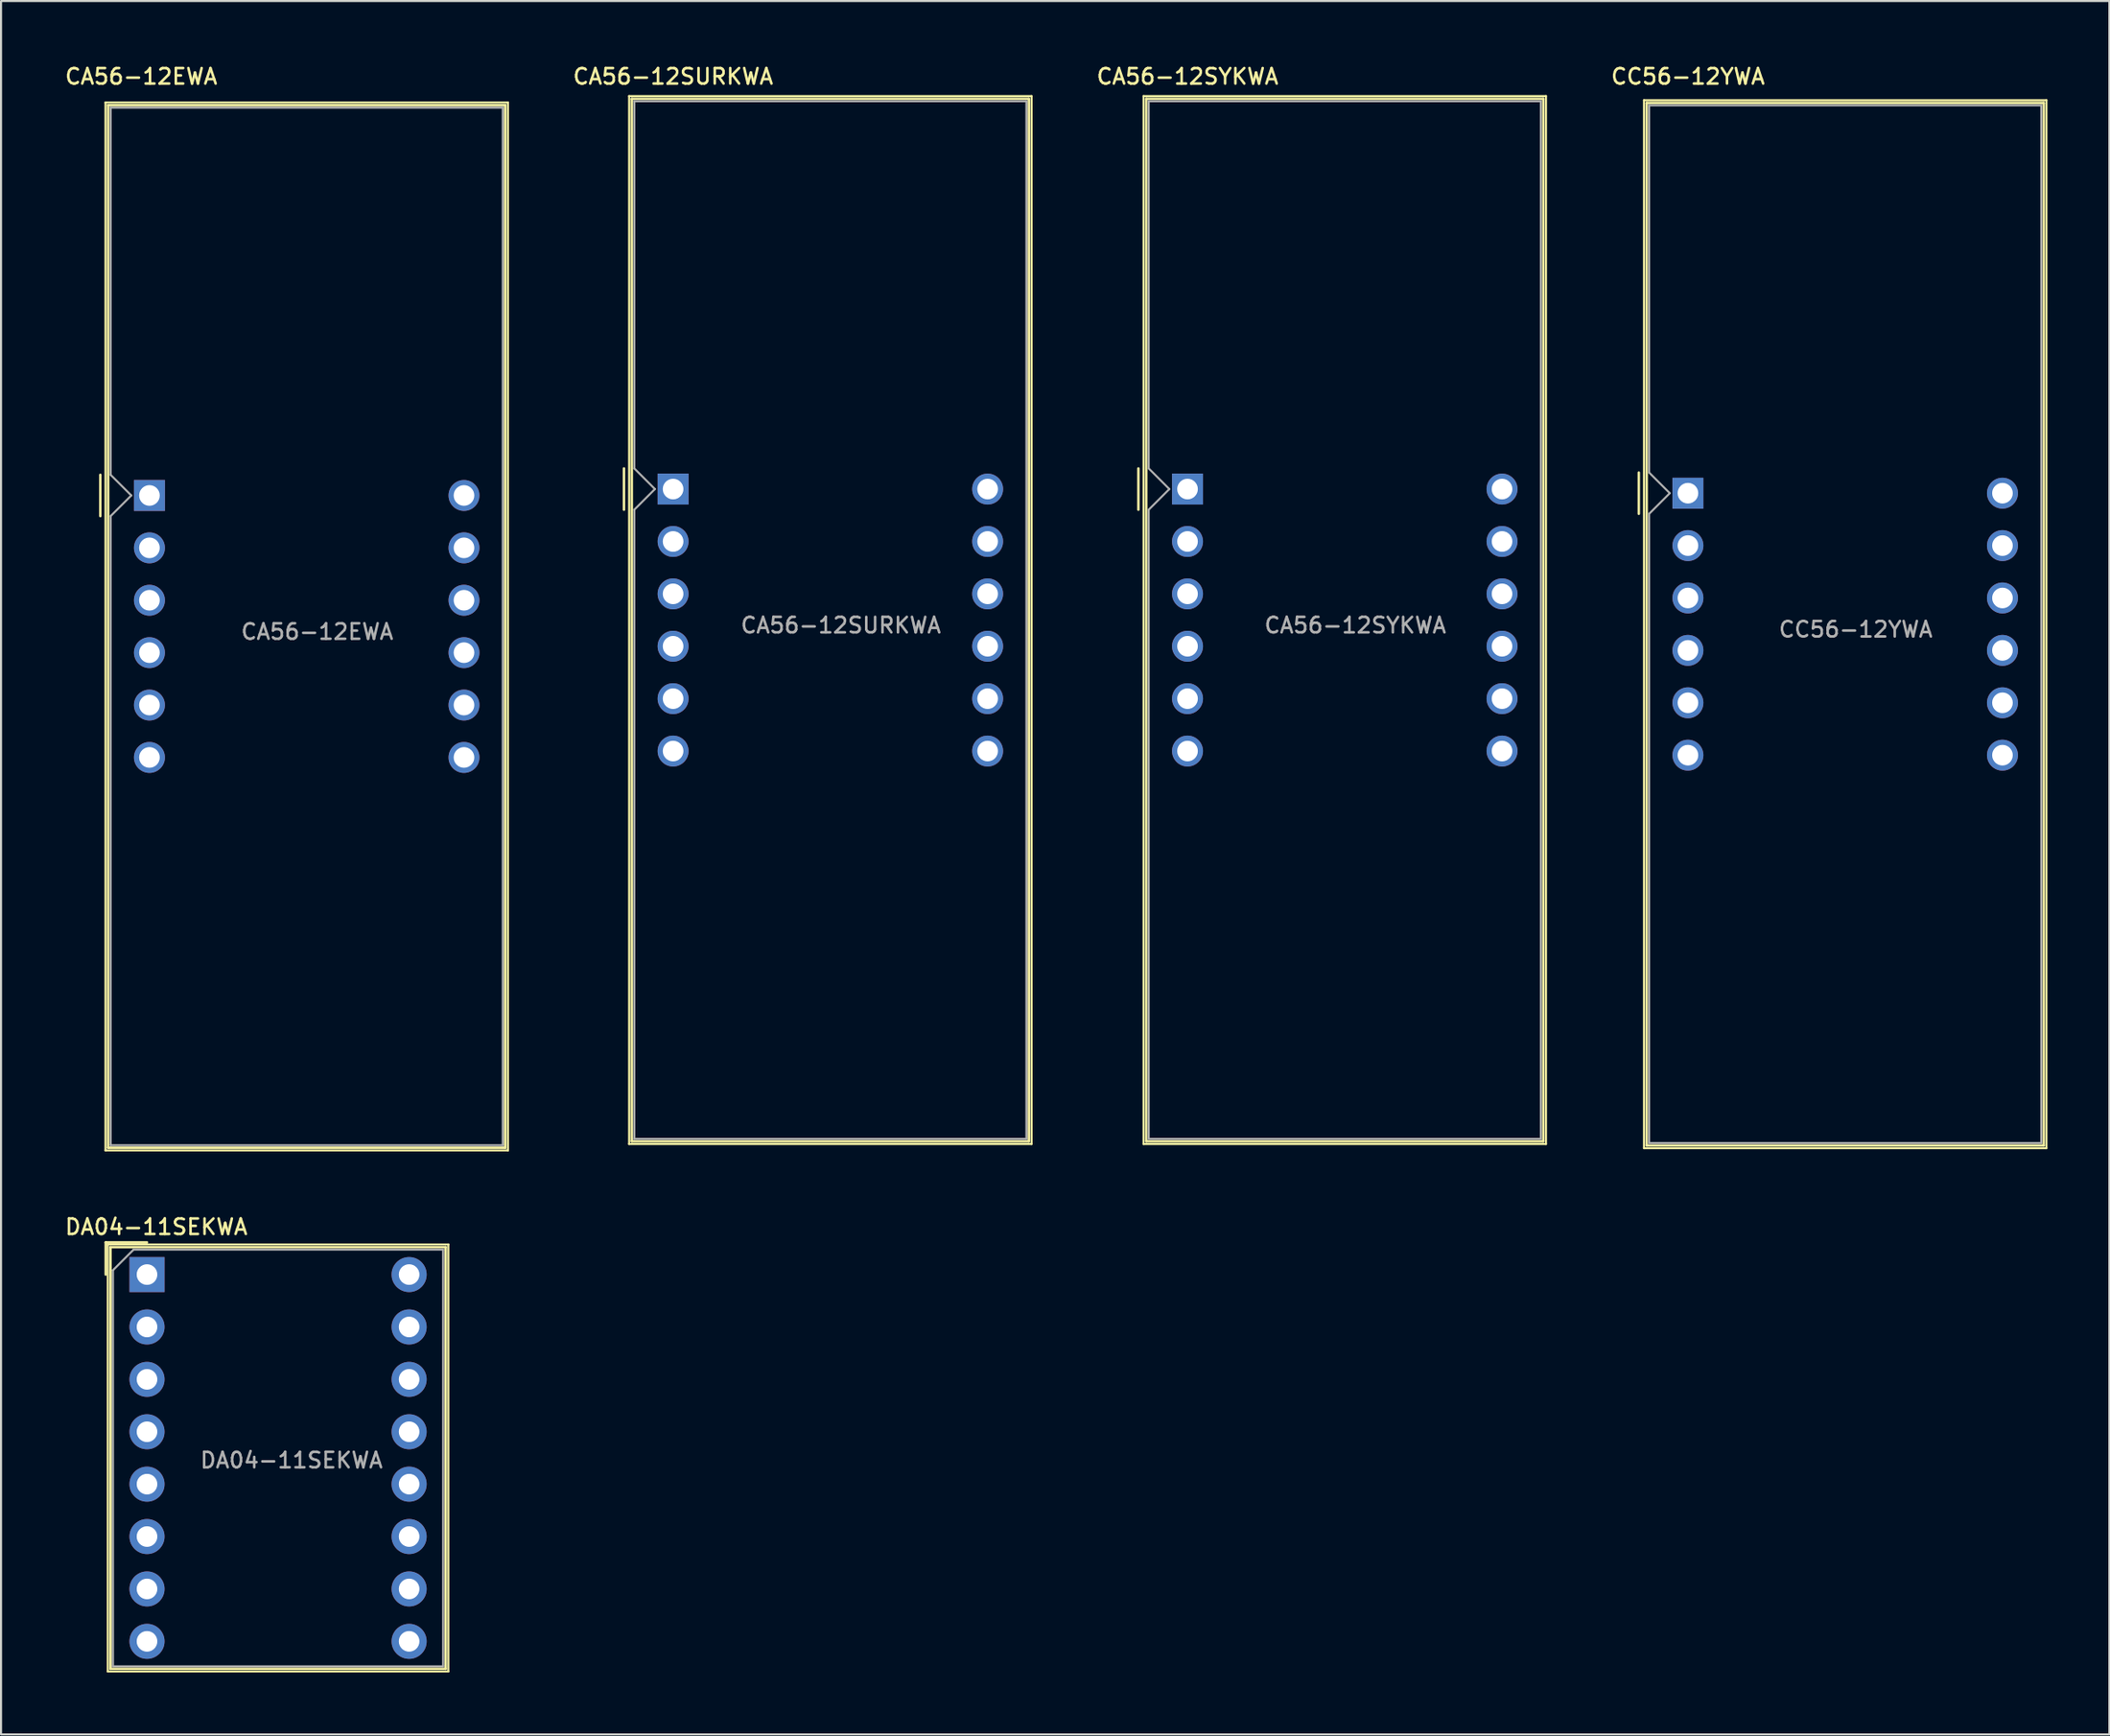
<source format=kicad_pcb>
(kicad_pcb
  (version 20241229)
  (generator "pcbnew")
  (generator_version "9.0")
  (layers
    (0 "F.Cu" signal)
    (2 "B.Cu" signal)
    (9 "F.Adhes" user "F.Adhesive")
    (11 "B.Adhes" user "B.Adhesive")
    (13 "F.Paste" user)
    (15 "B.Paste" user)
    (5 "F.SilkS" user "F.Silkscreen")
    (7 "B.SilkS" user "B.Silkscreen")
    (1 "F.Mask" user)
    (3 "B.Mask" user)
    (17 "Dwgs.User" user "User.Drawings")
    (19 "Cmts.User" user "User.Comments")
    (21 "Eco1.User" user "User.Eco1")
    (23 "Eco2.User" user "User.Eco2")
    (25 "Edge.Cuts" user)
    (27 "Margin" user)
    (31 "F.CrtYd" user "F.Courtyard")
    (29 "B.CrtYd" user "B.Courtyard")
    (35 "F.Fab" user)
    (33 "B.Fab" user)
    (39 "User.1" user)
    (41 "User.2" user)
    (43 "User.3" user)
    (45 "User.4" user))
  (footprint "CA56-12SURKWA"
    (layer "F.Cu")
    (at 29.563 20.658)
    (property "Reference" "CA56-12SURKWA" (at 0 -20 0) (layer "F.SilkS") (effects (font (size 0.75 0.75) (thickness 0.125))))
    (attr through_hole)
    (fp_line (start -2.38 -1) (end -2.38 1) (stroke (width 0.12) (type solid)) (layer "F.SilkS"))
    (fp_line (start -2.13 -19.05) (end 17.37 -19.05) (stroke (width 0.1) (type solid)) (layer "F.SilkS"))
    (fp_line (start -2.13 31.75) (end -2.13 -19.05) (stroke (width 0.1) (type solid)) (layer "F.SilkS"))
    (fp_line (start -2 -18.92) (end -2 31.62) (stroke (width 0.12) (type solid)) (layer "F.SilkS"))
    (fp_line (start -2 -18.92) (end 17.24 -18.92) (stroke (width 0.12) (type solid)) (layer "F.SilkS"))
    (fp_line (start -2 31.62) (end 17.24 31.62) (stroke (width 0.12) (type solid)) (layer "F.SilkS"))
    (fp_line (start 17.24 31.62) (end 17.24 -18.92) (stroke (width 0.12) (type solid)) (layer "F.SilkS"))
    (fp_line (start 17.37 -19.05) (end 17.37 31.75) (stroke (width 0.1) (type solid)) (layer "F.SilkS"))
    (fp_line (start 17.37 31.75) (end -2.13 31.75) (stroke (width 0.1) (type solid)) (layer "F.SilkS"))
    (fp_line (start -1.88 -18.8) (end 17.12 -18.8) (stroke (width 0.1) (type solid)) (layer "F.Fab"))
    (fp_line (start -1.88 -1) (end -1.88 -18.8) (stroke (width 0.1) (type solid)) (layer "F.Fab"))
    (fp_line (start -1.88 1) (end -1.88 31.5) (stroke (width 0.1) (type solid)) (layer "F.Fab"))
    (fp_line (start -1.88 1) (end -0.88 0) (stroke (width 0.1) (type solid)) (layer "F.Fab"))
    (fp_line (start -1.88 31.5) (end 17.12 31.5) (stroke (width 0.1) (type solid)) (layer "F.Fab"))
    (fp_line (start -0.88 0) (end -1.88 -1) (stroke (width 0.1) (type solid)) (layer "F.Fab"))
    (fp_line (start 17.12 -18.8) (end 17.12 31.5) (stroke (width 0.1) (type solid)) (layer "F.Fab"))
    (fp_text user "${REFERENCE}" (at 8.128 6.604 0) (layer "F.Fab") (effects (font (size 0.75 0.75) (thickness 0.125))))
    (pad "1" thru_hole rect (at 0 0) (size 1.5 1.5) (drill 1) (layers "*.Cu" "*.Mask"))
    (pad "2" thru_hole circle (at 0 2.54) (size 1.5 1.5) (drill 1) (layers "*.Cu" "*.Mask"))
    (pad "3" thru_hole circle (at 0 5.08) (size 1.5 1.5) (drill 1) (layers "*.Cu" "*.Mask"))
    (pad "4" thru_hole circle (at 0 7.62) (size 1.5 1.5) (drill 1) (layers "*.Cu" "*.Mask"))
    (pad "5" thru_hole circle (at 0 10.16) (size 1.5 1.5) (drill 1) (layers "*.Cu" "*.Mask"))
    (pad "6" thru_hole circle (at 0 12.7) (size 1.5 1.5) (drill 1) (layers "*.Cu" "*.Mask"))
    (pad "7" thru_hole circle (at 15.24 12.7) (size 1.5 1.5) (drill 1) (layers "*.Cu" "*.Mask"))
    (pad "8" thru_hole circle (at 15.24 10.16) (size 1.5 1.5) (drill 1) (layers "*.Cu" "*.Mask"))
    (pad "9" thru_hole circle (at 15.24 7.62) (size 1.5 1.5) (drill 1) (layers "*.Cu" "*.Mask"))
    (pad "10" thru_hole circle (at 15.24 5.08) (size 1.5 1.5) (drill 1) (layers "*.Cu" "*.Mask"))
    (pad "11" thru_hole circle (at 15.24 2.54) (size 1.5 1.5) (drill 1) (layers "*.Cu" "*.Mask"))
    (pad "12" thru_hole circle (at 15.24 0) (size 1.5 1.5) (drill 1) (layers "*.Cu" "*.Mask")))
  (footprint "CA56-12EWA"
    (layer "F.Cu")
    (at 4.191 20.968)
    (property "Reference" "CA56-12EWA" (at -0.4 -20.31 0) (layer "F.SilkS") (effects (font (size 0.75 0.75) (thickness 0.125))))
    (attr through_hole)
    (fp_line (start -2.38 -1) (end -2.38 1) (stroke (width 0.12) (type solid)) (layer "F.SilkS"))
    (fp_line (start -2.13 -19.05) (end 17.37 -19.05) (stroke (width 0.1) (type solid)) (layer "F.SilkS"))
    (fp_line (start -2.13 31.75) (end -2.13 -19.05) (stroke (width 0.1) (type solid)) (layer "F.SilkS"))
    (fp_line (start -2 -18.92) (end -2 31.62) (stroke (width 0.12) (type solid)) (layer "F.SilkS"))
    (fp_line (start -2 -18.92) (end 17.24 -18.92) (stroke (width 0.12) (type solid)) (layer "F.SilkS"))
    (fp_line (start -2 31.62) (end 17.24 31.62) (stroke (width 0.12) (type solid)) (layer "F.SilkS"))
    (fp_line (start 17.24 31.62) (end 17.24 -18.92) (stroke (width 0.12) (type solid)) (layer "F.SilkS"))
    (fp_line (start 17.37 -19.05) (end 17.37 31.75) (stroke (width 0.1) (type solid)) (layer "F.SilkS"))
    (fp_line (start 17.37 31.75) (end -2.13 31.75) (stroke (width 0.1) (type solid)) (layer "F.SilkS"))
    (fp_line (start -1.88 -18.8) (end 17.12 -18.8) (stroke (width 0.1) (type solid)) (layer "F.Fab"))
    (fp_line (start -1.88 -1) (end -1.88 -18.8) (stroke (width 0.1) (type solid)) (layer "F.Fab"))
    (fp_line (start -1.88 1) (end -1.88 31.5) (stroke (width 0.1) (type solid)) (layer "F.Fab"))
    (fp_line (start -1.88 1) (end -0.88 0) (stroke (width 0.1) (type solid)) (layer "F.Fab"))
    (fp_line (start -1.88 31.5) (end 17.12 31.5) (stroke (width 0.1) (type solid)) (layer "F.Fab"))
    (fp_line (start -0.88 0) (end -1.88 -1) (stroke (width 0.1) (type solid)) (layer "F.Fab"))
    (fp_line (start 17.12 -18.8) (end 17.12 31.5) (stroke (width 0.1) (type solid)) (layer "F.Fab"))
    (fp_text user "${REFERENCE}" (at 8.128 6.604 0) (layer "F.Fab") (effects (font (size 0.75 0.75) (thickness 0.125))))
    (pad "1" thru_hole rect (at 0 0) (size 1.5 1.5) (drill 1) (layers "*.Cu" "*.Mask"))
    (pad "2" thru_hole circle (at 0 2.54) (size 1.5 1.5) (drill 1) (layers "*.Cu" "*.Mask"))
    (pad "3" thru_hole circle (at 0 5.08) (size 1.5 1.5) (drill 1) (layers "*.Cu" "*.Mask"))
    (pad "4" thru_hole circle (at 0 7.62) (size 1.5 1.5) (drill 1) (layers "*.Cu" "*.Mask"))
    (pad "5" thru_hole circle (at 0 10.16) (size 1.5 1.5) (drill 1) (layers "*.Cu" "*.Mask"))
    (pad "6" thru_hole circle (at 0 12.7) (size 1.5 1.5) (drill 1) (layers "*.Cu" "*.Mask"))
    (pad "7" thru_hole circle (at 15.24 12.7) (size 1.5 1.5) (drill 1) (layers "*.Cu" "*.Mask"))
    (pad "8" thru_hole circle (at 15.24 10.16) (size 1.5 1.5) (drill 1) (layers "*.Cu" "*.Mask"))
    (pad "9" thru_hole circle (at 15.24 7.62) (size 1.5 1.5) (drill 1) (layers "*.Cu" "*.Mask"))
    (pad "10" thru_hole circle (at 15.24 5.08) (size 1.5 1.5) (drill 1) (layers "*.Cu" "*.Mask"))
    (pad "11" thru_hole circle (at 15.24 2.54) (size 1.5 1.5) (drill 1) (layers "*.Cu" "*.Mask"))
    (pad "12" thru_hole circle (at 15.24 0) (size 1.5 1.5) (drill 1) (layers "*.Cu" "*.Mask")))
  (footprint "CA56-12SYKWA"
    (layer "F.Cu")
    (at 54.488 20.658)
    (property "Reference" "CA56-12SYKWA" (at 0 -20 0) (layer "F.SilkS") (effects (font (size 0.75 0.75) (thickness 0.125))))
    (attr through_hole)
    (fp_line (start -2.38 -1) (end -2.38 1) (stroke (width 0.12) (type solid)) (layer "F.SilkS"))
    (fp_line (start -2.13 -19.05) (end 17.37 -19.05) (stroke (width 0.1) (type solid)) (layer "F.SilkS"))
    (fp_line (start -2.13 31.75) (end -2.13 -19.05) (stroke (width 0.1) (type solid)) (layer "F.SilkS"))
    (fp_line (start -2 -18.92) (end -2 31.62) (stroke (width 0.12) (type solid)) (layer "F.SilkS"))
    (fp_line (start -2 -18.92) (end 17.24 -18.92) (stroke (width 0.12) (type solid)) (layer "F.SilkS"))
    (fp_line (start -2 31.62) (end 17.24 31.62) (stroke (width 0.12) (type solid)) (layer "F.SilkS"))
    (fp_line (start 17.24 31.62) (end 17.24 -18.92) (stroke (width 0.12) (type solid)) (layer "F.SilkS"))
    (fp_line (start 17.37 -19.05) (end 17.37 31.75) (stroke (width 0.1) (type solid)) (layer "F.SilkS"))
    (fp_line (start 17.37 31.75) (end -2.13 31.75) (stroke (width 0.1) (type solid)) (layer "F.SilkS"))
    (fp_line (start -1.88 -18.8) (end 17.12 -18.8) (stroke (width 0.1) (type solid)) (layer "F.Fab"))
    (fp_line (start -1.88 -1) (end -1.88 -18.8) (stroke (width 0.1) (type solid)) (layer "F.Fab"))
    (fp_line (start -1.88 1) (end -1.88 31.5) (stroke (width 0.1) (type solid)) (layer "F.Fab"))
    (fp_line (start -1.88 1) (end -0.88 0) (stroke (width 0.1) (type solid)) (layer "F.Fab"))
    (fp_line (start -1.88 31.5) (end 17.12 31.5) (stroke (width 0.1) (type solid)) (layer "F.Fab"))
    (fp_line (start -0.88 0) (end -1.88 -1) (stroke (width 0.1) (type solid)) (layer "F.Fab"))
    (fp_line (start 17.12 -18.8) (end 17.12 31.5) (stroke (width 0.1) (type solid)) (layer "F.Fab"))
    (fp_text user "${REFERENCE}" (at 8.128 6.604 0) (layer "F.Fab") (effects (font (size 0.75 0.75) (thickness 0.125))))
    (pad "1" thru_hole rect (at 0 0) (size 1.5 1.5) (drill 1) (layers "*.Cu" "*.Mask"))
    (pad "2" thru_hole circle (at 0 2.54) (size 1.5 1.5) (drill 1) (layers "*.Cu" "*.Mask"))
    (pad "3" thru_hole circle (at 0 5.08) (size 1.5 1.5) (drill 1) (layers "*.Cu" "*.Mask"))
    (pad "4" thru_hole circle (at 0 7.62) (size 1.5 1.5) (drill 1) (layers "*.Cu" "*.Mask"))
    (pad "5" thru_hole circle (at 0 10.16) (size 1.5 1.5) (drill 1) (layers "*.Cu" "*.Mask"))
    (pad "6" thru_hole circle (at 0 12.7) (size 1.5 1.5) (drill 1) (layers "*.Cu" "*.Mask"))
    (pad "7" thru_hole circle (at 15.24 12.7) (size 1.5 1.5) (drill 1) (layers "*.Cu" "*.Mask"))
    (pad "8" thru_hole circle (at 15.24 10.16) (size 1.5 1.5) (drill 1) (layers "*.Cu" "*.Mask"))
    (pad "9" thru_hole circle (at 15.24 7.62) (size 1.5 1.5) (drill 1) (layers "*.Cu" "*.Mask"))
    (pad "10" thru_hole circle (at 15.24 5.08) (size 1.5 1.5) (drill 1) (layers "*.Cu" "*.Mask"))
    (pad "11" thru_hole circle (at 15.24 2.54) (size 1.5 1.5) (drill 1) (layers "*.Cu" "*.Mask"))
    (pad "12" thru_hole circle (at 15.24 0) (size 1.5 1.5) (drill 1) (layers "*.Cu" "*.Mask")))
  (footprint "DA04-11SEKWA"
    (layer "F.Cu")
    (at 4.073 58.736)
    (property "Reference" "DA04-11SEKWA" (at 0.45 -2.31 0) (layer "F.SilkS") (effects (font (size 0.75 0.75) (thickness 0.125))))
    (attr through_hole)
    (fp_line (start -2 -1.56) (end -2 0) (stroke (width 0.12) (type solid)) (layer "F.SilkS"))
    (fp_line (start -2 -1.56) (end 0 -1.56) (stroke (width 0.12) (type solid)) (layer "F.SilkS"))
    (fp_line (start -1.9 -1.46) (end 14.6 -1.46) (stroke (width 0.1) (type solid)) (layer "F.SilkS"))
    (fp_line (start -1.9 19.24) (end -1.9 -1.46) (stroke (width 0.1) (type solid)) (layer "F.SilkS"))
    (fp_line (start -1.77 -1.33) (end 14.47 -1.33) (stroke (width 0.12) (type solid)) (layer "F.SilkS"))
    (fp_line (start -1.77 19.11) (end -1.77 -1.33) (stroke (width 0.12) (type solid)) (layer "F.SilkS"))
    (fp_line (start 14.47 -1.33) (end 14.47 19.11) (stroke (width 0.12) (type solid)) (layer "F.SilkS"))
    (fp_line (start 14.47 19.11) (end -1.77 19.11) (stroke (width 0.12) (type solid)) (layer "F.SilkS"))
    (fp_line (start 14.6 -1.46) (end 14.6 19.24) (stroke (width 0.1) (type solid)) (layer "F.SilkS"))
    (fp_line (start 14.6 19.24) (end -1.9 19.24) (stroke (width 0.1) (type solid)) (layer "F.SilkS"))
    (fp_line (start -1.65 -0.21) (end -0.65 -1.21) (stroke (width 0.1) (type solid)) (layer "F.Fab"))
    (fp_line (start -1.65 18.99) (end -1.65 -0.21) (stroke (width 0.1) (type solid)) (layer "F.Fab"))
    (fp_line (start -0.65 -1.21) (end 14.35 -1.21) (stroke (width 0.1) (type solid)) (layer "F.Fab"))
    (fp_line (start 14.35 -1.21) (end 14.35 18.99) (stroke (width 0.1) (type solid)) (layer "F.Fab"))
    (fp_line (start 14.35 18.99) (end -1.65 18.99) (stroke (width 0.1) (type solid)) (layer "F.Fab"))
    (fp_text user "${REFERENCE}" (at 7 9 0) (layer "F.Fab") (effects (font (size 0.75 0.75) (thickness 0.125))))
    (pad "1" thru_hole rect (at 0 0) (size 1.7 1.7) (drill 1) (layers "*.Cu" "*.Mask"))
    (pad "2" thru_hole circle (at 0 2.54) (size 1.7 1.7) (drill 1) (layers "*.Cu" "*.Mask"))
    (pad "3" thru_hole circle (at 0 5.08) (size 1.7 1.7) (drill 1) (layers "*.Cu" "*.Mask"))
    (pad "4" thru_hole circle (at 0 7.62) (size 1.7 1.7) (drill 1) (layers "*.Cu" "*.Mask"))
    (pad "5" thru_hole circle (at 0 10.16) (size 1.7 1.7) (drill 1) (layers "*.Cu" "*.Mask"))
    (pad "6" thru_hole circle (at 0 12.7) (size 1.7 1.7) (drill 1) (layers "*.Cu" "*.Mask"))
    (pad "7" thru_hole circle (at 0 15.24) (size 1.7 1.7) (drill 1) (layers "*.Cu" "*.Mask"))
    (pad "8" thru_hole circle (at 0 17.78) (size 1.7 1.7) (drill 1) (layers "*.Cu" "*.Mask"))
    (pad "9" thru_hole circle (at 12.7 17.78) (size 1.7 1.7) (drill 1) (layers "*.Cu" "*.Mask"))
    (pad "10" thru_hole circle (at 12.7 15.24) (size 1.7 1.7) (drill 1) (layers "*.Cu" "*.Mask"))
    (pad "11" thru_hole circle (at 12.7 12.7) (size 1.7 1.7) (drill 1) (layers "*.Cu" "*.Mask"))
    (pad "12" thru_hole circle (at 12.7 10.16) (size 1.7 1.7) (drill 1) (layers "*.Cu" "*.Mask"))
    (pad "13" thru_hole circle (at 12.7 7.62) (size 1.7 1.7) (drill 1) (layers "*.Cu" "*.Mask"))
    (pad "14" thru_hole circle (at 12.7 5.08) (size 1.7 1.7) (drill 1) (layers "*.Cu" "*.Mask"))
    (pad "15" thru_hole circle (at 12.7 2.54) (size 1.7 1.7) (drill 1) (layers "*.Cu" "*.Mask"))
    (pad "16" thru_hole circle (at 12.7 0) (size 1.7 1.7) (drill 1) (layers "*.Cu" "*.Mask")))
  (footprint "CC56-12YWA"
    (layer "F.Cu")
    (at 78.735 20.858)
    (property "Reference" "CC56-12YWA" (at 0 -20.2 0) (layer "F.SilkS") (effects (font (size 0.75 0.75) (thickness 0.125))))
    (attr through_hole)
    (fp_line (start -2.38 -1) (end -2.38 1) (stroke (width 0.12) (type solid)) (layer "F.SilkS"))
    (fp_line (start -2.13 -19.05) (end 17.37 -19.05) (stroke (width 0.1) (type solid)) (layer "F.SilkS"))
    (fp_line (start -2.13 31.75) (end -2.13 -19.05) (stroke (width 0.1) (type solid)) (layer "F.SilkS"))
    (fp_line (start -2 -18.92) (end -2 31.62) (stroke (width 0.12) (type solid)) (layer "F.SilkS"))
    (fp_line (start -2 -18.92) (end 17.24 -18.92) (stroke (width 0.12) (type solid)) (layer "F.SilkS"))
    (fp_line (start -2 31.62) (end 17.24 31.62) (stroke (width 0.12) (type solid)) (layer "F.SilkS"))
    (fp_line (start 17.24 31.62) (end 17.24 -18.92) (stroke (width 0.12) (type solid)) (layer "F.SilkS"))
    (fp_line (start 17.37 -19.05) (end 17.37 31.75) (stroke (width 0.1) (type solid)) (layer "F.SilkS"))
    (fp_line (start 17.37 31.75) (end -2.13 31.75) (stroke (width 0.1) (type solid)) (layer "F.SilkS"))
    (fp_line (start -1.88 -18.8) (end 17.12 -18.8) (stroke (width 0.1) (type solid)) (layer "F.Fab"))
    (fp_line (start -1.88 -1) (end -1.88 -18.8) (stroke (width 0.1) (type solid)) (layer "F.Fab"))
    (fp_line (start -1.88 1) (end -1.88 31.5) (stroke (width 0.1) (type solid)) (layer "F.Fab"))
    (fp_line (start -1.88 1) (end -0.88 0) (stroke (width 0.1) (type solid)) (layer "F.Fab"))
    (fp_line (start -1.88 31.5) (end 17.12 31.5) (stroke (width 0.1) (type solid)) (layer "F.Fab"))
    (fp_line (start -0.88 0) (end -1.88 -1) (stroke (width 0.1) (type solid)) (layer "F.Fab"))
    (fp_line (start 17.12 -18.8) (end 17.12 31.5) (stroke (width 0.1) (type solid)) (layer "F.Fab"))
    (fp_text user "${REFERENCE}" (at 8.128 6.604 0) (layer "F.Fab") (effects (font (size 0.75 0.75) (thickness 0.125))))
    (pad "1" thru_hole rect (at 0 0) (size 1.5 1.5) (drill 1) (layers "*.Cu" "*.Mask"))
    (pad "2" thru_hole circle (at 0 2.54) (size 1.5 1.5) (drill 1) (layers "*.Cu" "*.Mask"))
    (pad "3" thru_hole circle (at 0 5.08) (size 1.5 1.5) (drill 1) (layers "*.Cu" "*.Mask"))
    (pad "4" thru_hole circle (at 0 7.62) (size 1.5 1.5) (drill 1) (layers "*.Cu" "*.Mask"))
    (pad "5" thru_hole circle (at 0 10.16) (size 1.5 1.5) (drill 1) (layers "*.Cu" "*.Mask"))
    (pad "6" thru_hole circle (at 0 12.7) (size 1.5 1.5) (drill 1) (layers "*.Cu" "*.Mask"))
    (pad "7" thru_hole circle (at 15.24 12.7) (size 1.5 1.5) (drill 1) (layers "*.Cu" "*.Mask"))
    (pad "8" thru_hole circle (at 15.24 10.16) (size 1.5 1.5) (drill 1) (layers "*.Cu" "*.Mask"))
    (pad "9" thru_hole circle (at 15.24 7.62) (size 1.5 1.5) (drill 1) (layers "*.Cu" "*.Mask"))
    (pad "10" thru_hole circle (at 15.24 5.08) (size 1.5 1.5) (drill 1) (layers "*.Cu" "*.Mask"))
    (pad "11" thru_hole circle (at 15.24 2.54) (size 1.5 1.5) (drill 1) (layers "*.Cu" "*.Mask"))
    (pad "12" thru_hole circle (at 15.24 0) (size 1.5 1.5) (drill 1) (layers "*.Cu" "*.Mask")))
  (gr_rect
    (start -3 -3)
    (end 99.155 81.026)
    (stroke (width 0.1) (type default))
    (fill no)
    (layer "Edge.Cuts")))
</source>
